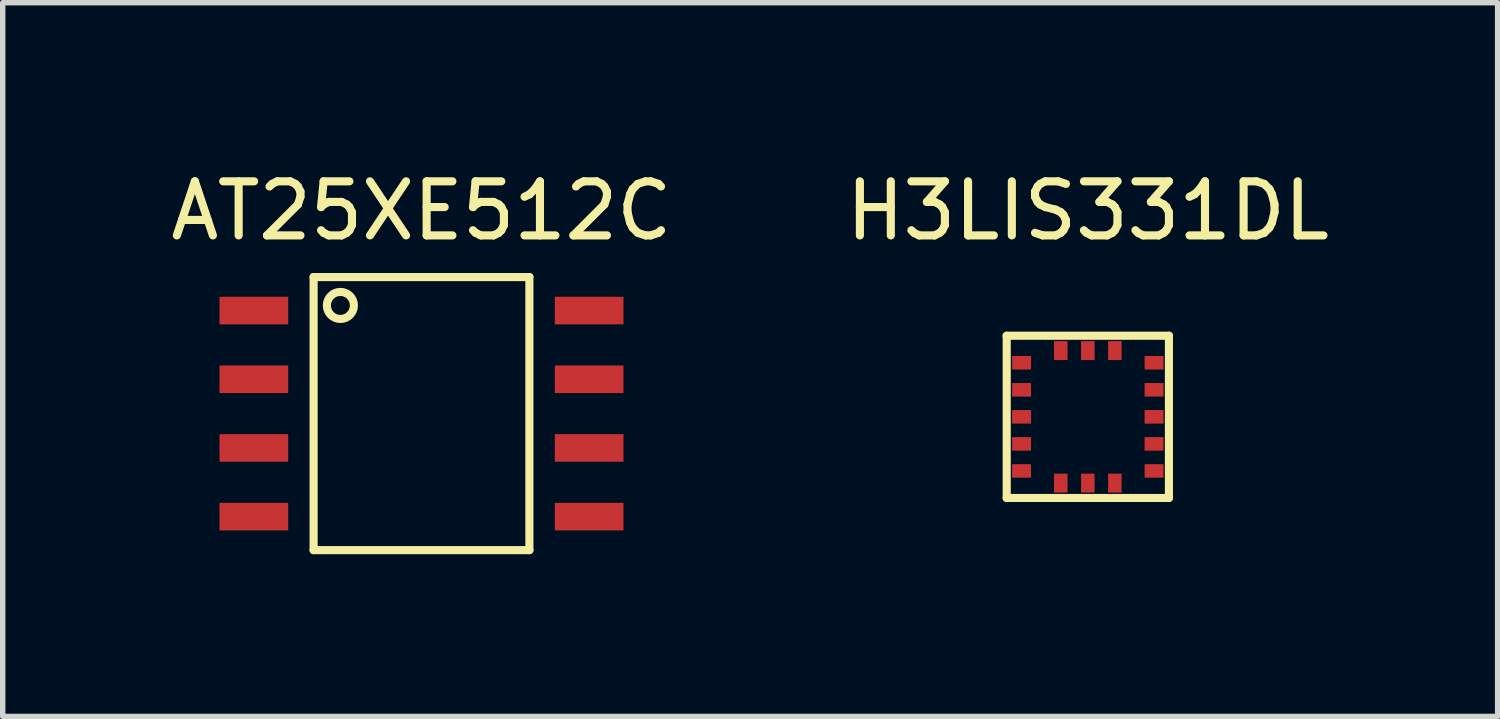
<source format=kicad_pcb>
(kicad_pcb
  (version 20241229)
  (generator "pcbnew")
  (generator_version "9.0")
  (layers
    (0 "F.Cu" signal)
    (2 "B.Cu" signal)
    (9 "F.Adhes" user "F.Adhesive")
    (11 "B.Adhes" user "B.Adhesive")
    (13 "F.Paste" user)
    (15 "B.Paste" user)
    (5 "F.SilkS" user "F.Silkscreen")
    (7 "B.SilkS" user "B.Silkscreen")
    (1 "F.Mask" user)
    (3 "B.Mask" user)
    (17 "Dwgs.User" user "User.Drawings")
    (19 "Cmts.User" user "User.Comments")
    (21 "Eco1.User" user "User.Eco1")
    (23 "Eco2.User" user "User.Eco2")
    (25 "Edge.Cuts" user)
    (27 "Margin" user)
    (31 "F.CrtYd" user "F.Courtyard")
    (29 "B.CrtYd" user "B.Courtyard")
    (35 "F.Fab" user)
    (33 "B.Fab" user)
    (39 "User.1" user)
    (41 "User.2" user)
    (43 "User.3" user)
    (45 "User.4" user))
  (footprint "H3LIS331DL"
    (layer "F.Cu")
    (at 17.065 4.658)
    (property "Reference" "H3LIS331DL" (at 0 -3.81 0) (layer "F.SilkS") (effects (font (size 1 1) (thickness 0.15))))
    (attr through_hole)
    (fp_line (start -1.5 -1.5) (end 1.5 -1.5) (stroke (width 0.15) (type solid)) (layer "F.SilkS"))
    (fp_line (start -1.5 1.5) (end -1.5 -1.5) (stroke (width 0.15) (type solid)) (layer "F.SilkS"))
    (fp_line (start 1.5 -1.5) (end 1.5 1.5) (stroke (width 0.15) (type solid)) (layer "F.SilkS"))
    (fp_line (start 1.5 1.5) (end -1.5 1.5) (stroke (width 0.15) (type solid)) (layer "F.SilkS"))
    (pad "1" smd rect (at -1.225 -1 90) (size 0.25 0.35) (layers "F.Cu" "F.Mask" "F.Paste"))
    (pad "2" smd rect (at -1.225 -0.5 90) (size 0.25 0.35) (layers "F.Cu" "F.Mask" "F.Paste"))
    (pad "3" smd rect (at -1.225 0 90) (size 0.25 0.35) (layers "F.Cu" "F.Mask" "F.Paste"))
    (pad "4" smd rect (at -1.225 0.5 90) (size 0.25 0.35) (layers "F.Cu" "F.Mask" "F.Paste"))
    (pad "5" smd rect (at -1.225 1 90) (size 0.25 0.35) (layers "F.Cu" "F.Mask" "F.Paste"))
    (pad "6" smd rect (at -0.5 1.225) (size 0.25 0.35) (layers "F.Cu" "F.Mask" "F.Paste"))
    (pad "7" smd rect (at 0 1.225) (size 0.25 0.35) (layers "F.Cu" "F.Mask" "F.Paste"))
    (pad "8" smd rect (at 0.5 1.225) (size 0.25 0.35) (layers "F.Cu" "F.Mask" "F.Paste"))
    (pad "9" smd rect (at 1.225 1 270) (size 0.25 0.35) (layers "F.Cu" "F.Mask" "F.Paste"))
    (pad "10" smd rect (at 1.225 0.5 270) (size 0.25 0.35) (layers "F.Cu" "F.Mask" "F.Paste"))
    (pad "11" smd rect (at 1.225 0 270) (size 0.25 0.35) (layers "F.Cu" "F.Mask" "F.Paste"))
    (pad "12" smd rect (at 1.225 -0.5 270) (size 0.25 0.35) (layers "F.Cu" "F.Mask" "F.Paste"))
    (pad "13" smd rect (at 1.225 -1 270) (size 0.25 0.35) (layers "F.Cu" "F.Mask" "F.Paste"))
    (pad "14" smd rect (at 0.5 -1.225) (size 0.25 0.35) (layers "F.Cu" "F.Mask" "F.Paste"))
    (pad "15" smd rect (at 0 -1.225) (size 0.25 0.35) (layers "F.Cu" "F.Mask" "F.Paste"))
    (pad "16" smd rect (at -0.5 -1.225) (size 0.25 0.35) (layers "F.Cu" "F.Mask" "F.Paste")))
  (footprint "AT25XE512C"
    (layer "F.Cu")
    (at 4.744 4.598)
    (property "Reference" "AT25XE512C" (at 0 -3.75 0) (layer "F.SilkS") (effects (font (size 1 1) (thickness 0.15))))
    (attr through_hole)
    (fp_line (start -1.995 -2.525) (end -1.995 2.525) (stroke (width 0.15) (type solid)) (layer "F.SilkS"))
    (fp_line (start -1.995 -2.525) (end 1.995 -2.525) (stroke (width 0.15) (type solid)) (layer "F.SilkS"))
    (fp_line (start -1.995 2.525) (end 1.995 2.525) (stroke (width 0.15) (type solid)) (layer "F.SilkS"))
    (fp_line (start 1.995 -2.525) (end 1.995 2.525) (stroke (width 0.15) (type solid)) (layer "F.SilkS"))
    (fp_circle (center -1.5 -2) (end -1.75 -2) (stroke (width 0.15) (type solid)) (fill no) (layer "F.SilkS"))
    (pad "1" smd rect (at -3.1 -1.905) (size 1.27 0.51) (layers "F.Cu" "F.Mask" "F.Paste"))
    (pad "2" smd rect (at -3.1 -0.635) (size 1.27 0.51) (layers "F.Cu" "F.Mask" "F.Paste"))
    (pad "3" smd rect (at -3.1 0.635) (size 1.27 0.51) (layers "F.Cu" "F.Mask" "F.Paste"))
    (pad "4" smd rect (at -3.1 1.905) (size 1.27 0.51) (layers "F.Cu" "F.Mask" "F.Paste"))
    (pad "5" smd rect (at 3.1 1.905) (size 1.27 0.51) (layers "F.Cu" "F.Mask" "F.Paste"))
    (pad "6" smd rect (at 3.1 0.635) (size 1.27 0.51) (layers "F.Cu" "F.Mask" "F.Paste"))
    (pad "7" smd rect (at 3.1 -0.635) (size 1.27 0.51) (layers "F.Cu" "F.Mask" "F.Paste"))
    (pad "8" smd rect (at 3.1 -1.905) (size 1.27 0.51) (layers "F.Cu" "F.Mask" "F.Paste")))
  (gr_rect
    (start -3 -3)
    (end 24.643 10.198)
    (stroke (width 0.1) (type default))
    (fill no)
    (layer "Edge.Cuts")))
</source>
